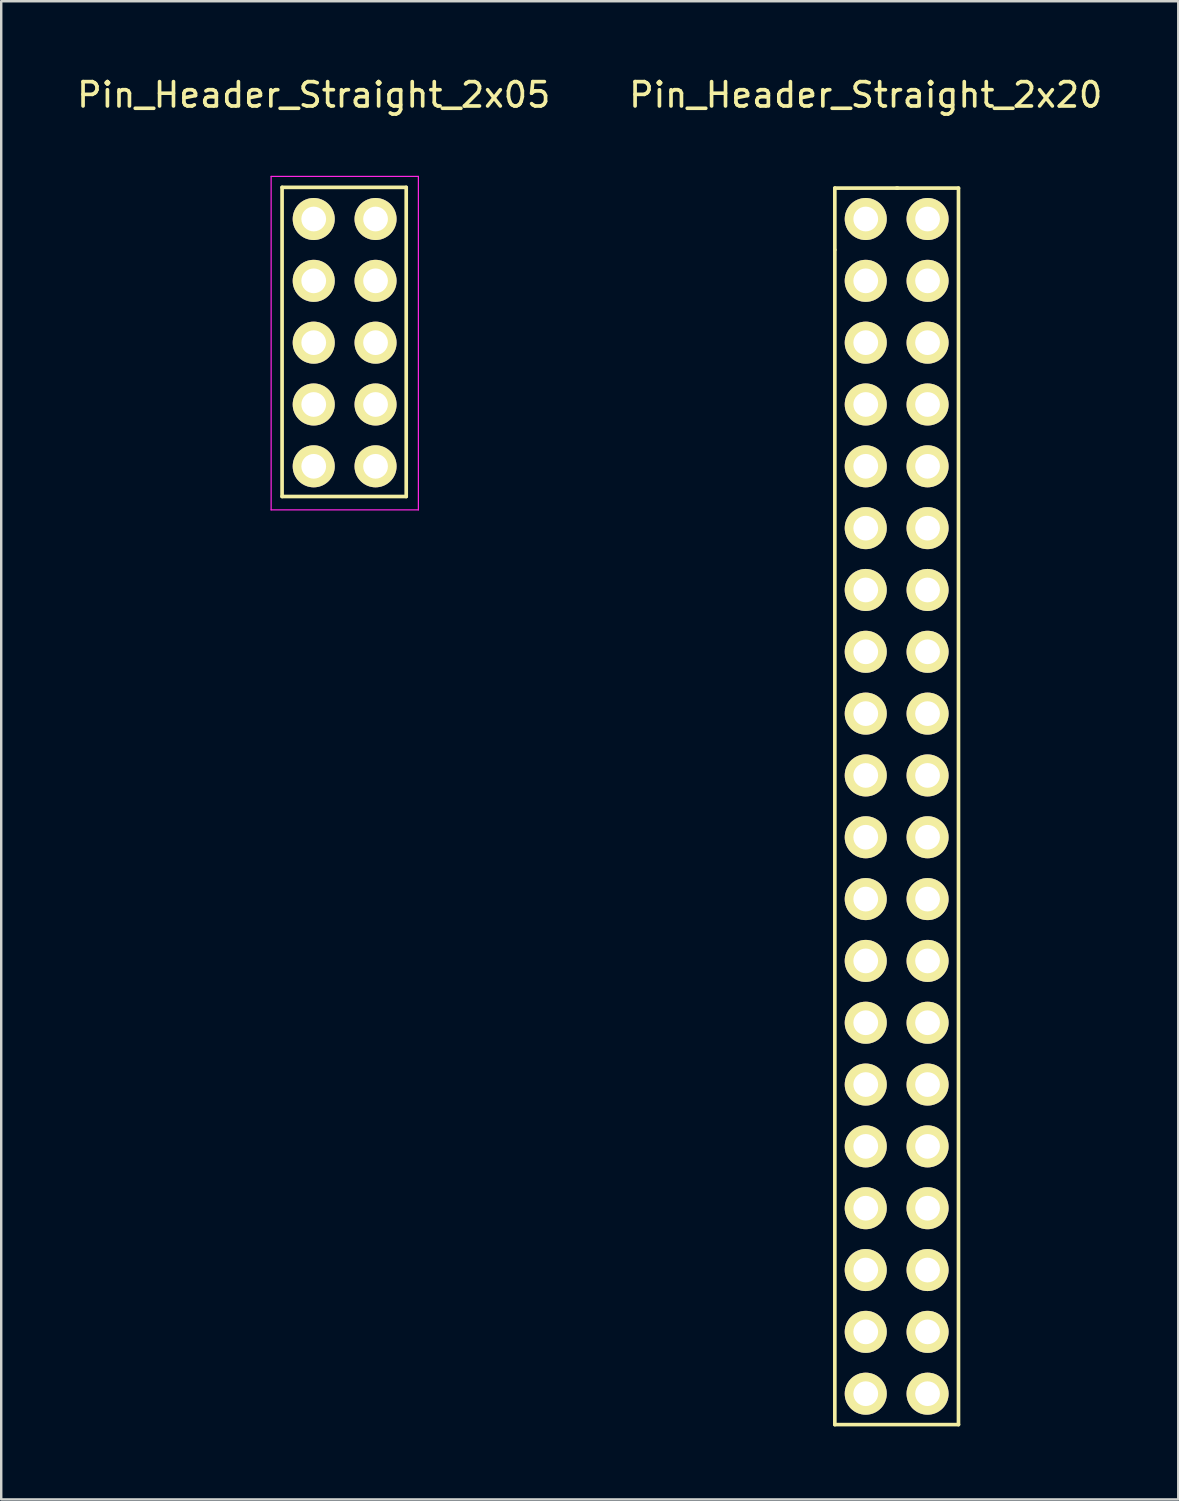
<source format=kicad_pcb>
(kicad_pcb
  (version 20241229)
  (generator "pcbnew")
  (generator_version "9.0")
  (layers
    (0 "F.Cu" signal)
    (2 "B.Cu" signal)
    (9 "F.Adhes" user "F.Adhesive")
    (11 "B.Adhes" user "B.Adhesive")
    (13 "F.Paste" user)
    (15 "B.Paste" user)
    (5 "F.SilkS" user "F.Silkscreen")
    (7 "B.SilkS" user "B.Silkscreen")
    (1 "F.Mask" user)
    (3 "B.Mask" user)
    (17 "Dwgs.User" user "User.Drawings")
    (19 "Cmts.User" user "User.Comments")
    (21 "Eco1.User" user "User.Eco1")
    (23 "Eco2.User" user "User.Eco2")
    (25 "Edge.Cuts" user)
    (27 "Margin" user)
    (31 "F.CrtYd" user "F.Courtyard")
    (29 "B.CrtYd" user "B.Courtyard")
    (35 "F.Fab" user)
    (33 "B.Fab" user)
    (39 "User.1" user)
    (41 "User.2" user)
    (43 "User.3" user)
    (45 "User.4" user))
  (footprint "Pin_Header_Straight_2x05"
    (layer "F.Cu")
    (at 9.839 5.948)
    (property "Reference" "Pin_Header_Straight_2x05" (at 0 -5.1 0) (layer "F.SilkS") (effects (font (size 1 1) (thickness 0.15))))
    (attr through_hole)
    (fp_line (start -1.3 -1.3) (end 3.8 -1.3) (stroke (width 0.15) (type solid)) (layer "F.SilkS"))
    (fp_line (start -1.3 11.4) (end -1.3 -1.3) (stroke (width 0.15) (type solid)) (layer "F.SilkS"))
    (fp_line (start -1.3 11.4) (end 3.8 11.4) (stroke (width 0.15) (type solid)) (layer "F.SilkS"))
    (fp_line (start 3.8 -1.3) (end 3.8 11.4) (stroke (width 0.15) (type solid)) (layer "F.SilkS"))
    (fp_line (start -1.75 -1.75) (end -1.75 11.95) (stroke (width 0.05) (type solid)) (layer "F.CrtYd"))
    (fp_line (start -1.75 -1.75) (end 4.3 -1.75) (stroke (width 0.05) (type solid)) (layer "F.CrtYd"))
    (fp_line (start -1.75 11.95) (end 4.3 11.95) (stroke (width 0.05) (type solid)) (layer "F.CrtYd"))
    (fp_line (start 4.3 -1.75) (end 4.3 11.95) (stroke (width 0.05) (type solid)) (layer "F.CrtYd"))
    (pad "1" thru_hole circle (at 0 0) (size 1.727 1.727) (drill 1.016) (layers "*.Cu" "*.Mask" "F.SilkS"))
    (pad "2" thru_hole oval (at 2.54 0) (size 1.727 1.727) (drill 1.016) (layers "*.Cu" "*.Mask" "F.SilkS"))
    (pad "3" thru_hole oval (at 0 2.54) (size 1.727 1.727) (drill 1.016) (layers "*.Cu" "*.Mask" "F.SilkS"))
    (pad "4" thru_hole oval (at 2.54 2.54) (size 1.727 1.727) (drill 1.016) (layers "*.Cu" "*.Mask" "F.SilkS"))
    (pad "5" thru_hole oval (at 0 5.08) (size 1.727 1.727) (drill 1.016) (layers "*.Cu" "*.Mask" "F.SilkS"))
    (pad "6" thru_hole oval (at 2.54 5.08) (size 1.727 1.727) (drill 1.016) (layers "*.Cu" "*.Mask" "F.SilkS"))
    (pad "7" thru_hole oval (at 0 7.62) (size 1.727 1.727) (drill 1.016) (layers "*.Cu" "*.Mask" "F.SilkS"))
    (pad "8" thru_hole oval (at 2.54 7.62) (size 1.727 1.727) (drill 1.016) (layers "*.Cu" "*.Mask" "F.SilkS"))
    (pad "9" thru_hole oval (at 0 10.16) (size 1.727 1.727) (drill 1.016) (layers "*.Cu" "*.Mask" "F.SilkS"))
    (pad "10" thru_hole oval (at 2.54 10.16) (size 1.727 1.727) (drill 1.016) (layers "*.Cu" "*.Mask" "F.SilkS")))
  (footprint "Pin_Header_Straight_2x20"
    (layer "F.Cu")
    (at 32.518 5.948)
    (property "Reference" "Pin_Header_Straight_2x20" (at 0 -5.1 0) (layer "F.SilkS") (effects (font (size 1 1) (thickness 0.15))))
    (attr through_hole)
    (fp_line (start -1.27 -1.27) (end 1.31 -1.27) (stroke (width 0.15) (type solid)) (layer "F.SilkS"))
    (fp_line (start -1.27 1.26) (end -1.27 -1.27) (stroke (width 0.15) (type solid)) (layer "F.SilkS"))
    (fp_line (start -1.27 1.27) (end -1.27 49.53) (stroke (width 0.15) (type solid)) (layer "F.SilkS"))
    (fp_line (start 3.81 -1.27) (end 1.27 -1.27) (stroke (width 0.15) (type solid)) (layer "F.SilkS"))
    (fp_line (start 3.81 49.53) (end -1.27 49.53) (stroke (width 0.15) (type solid)) (layer "F.SilkS"))
    (fp_line (start 3.81 49.53) (end 3.81 -1.27) (stroke (width 0.15) (type solid)) (layer "F.SilkS"))
    (pad "1" thru_hole circle (at 0 0) (size 1.727 1.727) (drill 1.016) (layers "*.Cu" "*.Mask" "F.SilkS"))
    (pad "2" thru_hole oval (at 2.54 0) (size 1.727 1.727) (drill 1.016) (layers "*.Cu" "*.Mask" "F.SilkS"))
    (pad "3" thru_hole oval (at 0 2.54) (size 1.727 1.727) (drill 1.016) (layers "*.Cu" "*.Mask" "F.SilkS"))
    (pad "4" thru_hole oval (at 2.54 2.54) (size 1.727 1.727) (drill 1.016) (layers "*.Cu" "*.Mask" "F.SilkS"))
    (pad "5" thru_hole oval (at 0 5.08) (size 1.727 1.727) (drill 1.016) (layers "*.Cu" "*.Mask" "F.SilkS"))
    (pad "6" thru_hole oval (at 2.54 5.08) (size 1.727 1.727) (drill 1.016) (layers "*.Cu" "*.Mask" "F.SilkS"))
    (pad "7" thru_hole oval (at 0 7.62) (size 1.727 1.727) (drill 1.016) (layers "*.Cu" "*.Mask" "F.SilkS"))
    (pad "8" thru_hole oval (at 2.54 7.62) (size 1.727 1.727) (drill 1.016) (layers "*.Cu" "*.Mask" "F.SilkS"))
    (pad "9" thru_hole oval (at 0 10.16) (size 1.727 1.727) (drill 1.016) (layers "*.Cu" "*.Mask" "F.SilkS"))
    (pad "10" thru_hole oval (at 2.54 10.16) (size 1.727 1.727) (drill 1.016) (layers "*.Cu" "*.Mask" "F.SilkS"))
    (pad "11" thru_hole oval (at 0 12.7) (size 1.727 1.727) (drill 1.016) (layers "*.Cu" "*.Mask" "F.SilkS"))
    (pad "12" thru_hole oval (at 2.54 12.7) (size 1.727 1.727) (drill 1.016) (layers "*.Cu" "*.Mask" "F.SilkS"))
    (pad "13" thru_hole oval (at 0 15.24) (size 1.727 1.727) (drill 1.016) (layers "*.Cu" "*.Mask" "F.SilkS"))
    (pad "14" thru_hole oval (at 2.54 15.24) (size 1.727 1.727) (drill 1.016) (layers "*.Cu" "*.Mask" "F.SilkS"))
    (pad "15" thru_hole oval (at 0 17.78) (size 1.727 1.727) (drill 1.016) (layers "*.Cu" "*.Mask" "F.SilkS"))
    (pad "16" thru_hole oval (at 2.54 17.78) (size 1.727 1.727) (drill 1.016) (layers "*.Cu" "*.Mask" "F.SilkS"))
    (pad "17" thru_hole oval (at 0 20.32) (size 1.727 1.727) (drill 1.016) (layers "*.Cu" "*.Mask" "F.SilkS"))
    (pad "18" thru_hole oval (at 2.54 20.32) (size 1.727 1.727) (drill 1.016) (layers "*.Cu" "*.Mask" "F.SilkS"))
    (pad "19" thru_hole oval (at 0 22.86) (size 1.727 1.727) (drill 1.016) (layers "*.Cu" "*.Mask" "F.SilkS"))
    (pad "20" thru_hole oval (at 2.54 22.86) (size 1.727 1.727) (drill 1.016) (layers "*.Cu" "*.Mask" "F.SilkS"))
    (pad "21" thru_hole oval (at 0 25.4) (size 1.727 1.727) (drill 1.016) (layers "*.Cu" "*.Mask" "F.SilkS"))
    (pad "22" thru_hole oval (at 2.54 25.4) (size 1.727 1.727) (drill 1.016) (layers "*.Cu" "*.Mask" "F.SilkS"))
    (pad "23" thru_hole oval (at 0 27.94) (size 1.727 1.727) (drill 1.016) (layers "*.Cu" "*.Mask" "F.SilkS"))
    (pad "24" thru_hole oval (at 2.54 27.94) (size 1.727 1.727) (drill 1.016) (layers "*.Cu" "*.Mask" "F.SilkS"))
    (pad "25" thru_hole oval (at 0 30.48) (size 1.727 1.727) (drill 1.016) (layers "*.Cu" "*.Mask" "F.SilkS"))
    (pad "26" thru_hole oval (at 2.54 30.48) (size 1.727 1.727) (drill 1.016) (layers "*.Cu" "*.Mask" "F.SilkS"))
    (pad "27" thru_hole oval (at 0 33.02) (size 1.727 1.727) (drill 1.016) (layers "*.Cu" "*.Mask" "F.SilkS"))
    (pad "28" thru_hole oval (at 2.54 33.02) (size 1.727 1.727) (drill 1.016) (layers "*.Cu" "*.Mask" "F.SilkS"))
    (pad "29" thru_hole oval (at 0 35.56) (size 1.727 1.727) (drill 1.016) (layers "*.Cu" "*.Mask" "F.SilkS"))
    (pad "30" thru_hole oval (at 2.54 35.56) (size 1.727 1.727) (drill 1.016) (layers "*.Cu" "*.Mask" "F.SilkS"))
    (pad "31" thru_hole oval (at 0 38.1) (size 1.727 1.727) (drill 1.016) (layers "*.Cu" "*.Mask" "F.SilkS"))
    (pad "32" thru_hole oval (at 2.54 38.1) (size 1.727 1.727) (drill 1.016) (layers "*.Cu" "*.Mask" "F.SilkS"))
    (pad "33" thru_hole oval (at 0 40.64) (size 1.727 1.727) (drill 1.016) (layers "*.Cu" "*.Mask" "F.SilkS"))
    (pad "34" thru_hole oval (at 2.54 40.64) (size 1.727 1.727) (drill 1.016) (layers "*.Cu" "*.Mask" "F.SilkS"))
    (pad "35" thru_hole oval (at 0 43.18) (size 1.727 1.727) (drill 1.016) (layers "*.Cu" "*.Mask" "F.SilkS"))
    (pad "36" thru_hole oval (at 2.54 43.18) (size 1.727 1.727) (drill 1.016) (layers "*.Cu" "*.Mask" "F.SilkS"))
    (pad "37" thru_hole oval (at 0 45.72) (size 1.727 1.727) (drill 1.016) (layers "*.Cu" "*.Mask" "F.SilkS"))
    (pad "38" thru_hole oval (at 2.54 45.72) (size 1.727 1.727) (drill 1.016) (layers "*.Cu" "*.Mask" "F.SilkS"))
    (pad "39" thru_hole oval (at 0 48.26) (size 1.727 1.727) (drill 1.016) (layers "*.Cu" "*.Mask" "F.SilkS"))
    (pad "40" thru_hole oval (at 2.54 48.26) (size 1.727 1.727) (drill 1.016) (layers "*.Cu" "*.Mask" "F.SilkS")))
  (gr_rect
    (start -3 -3)
    (end 45.357 58.553)
    (stroke (width 0.1) (type default))
    (fill no)
    (layer "Edge.Cuts")))
</source>
